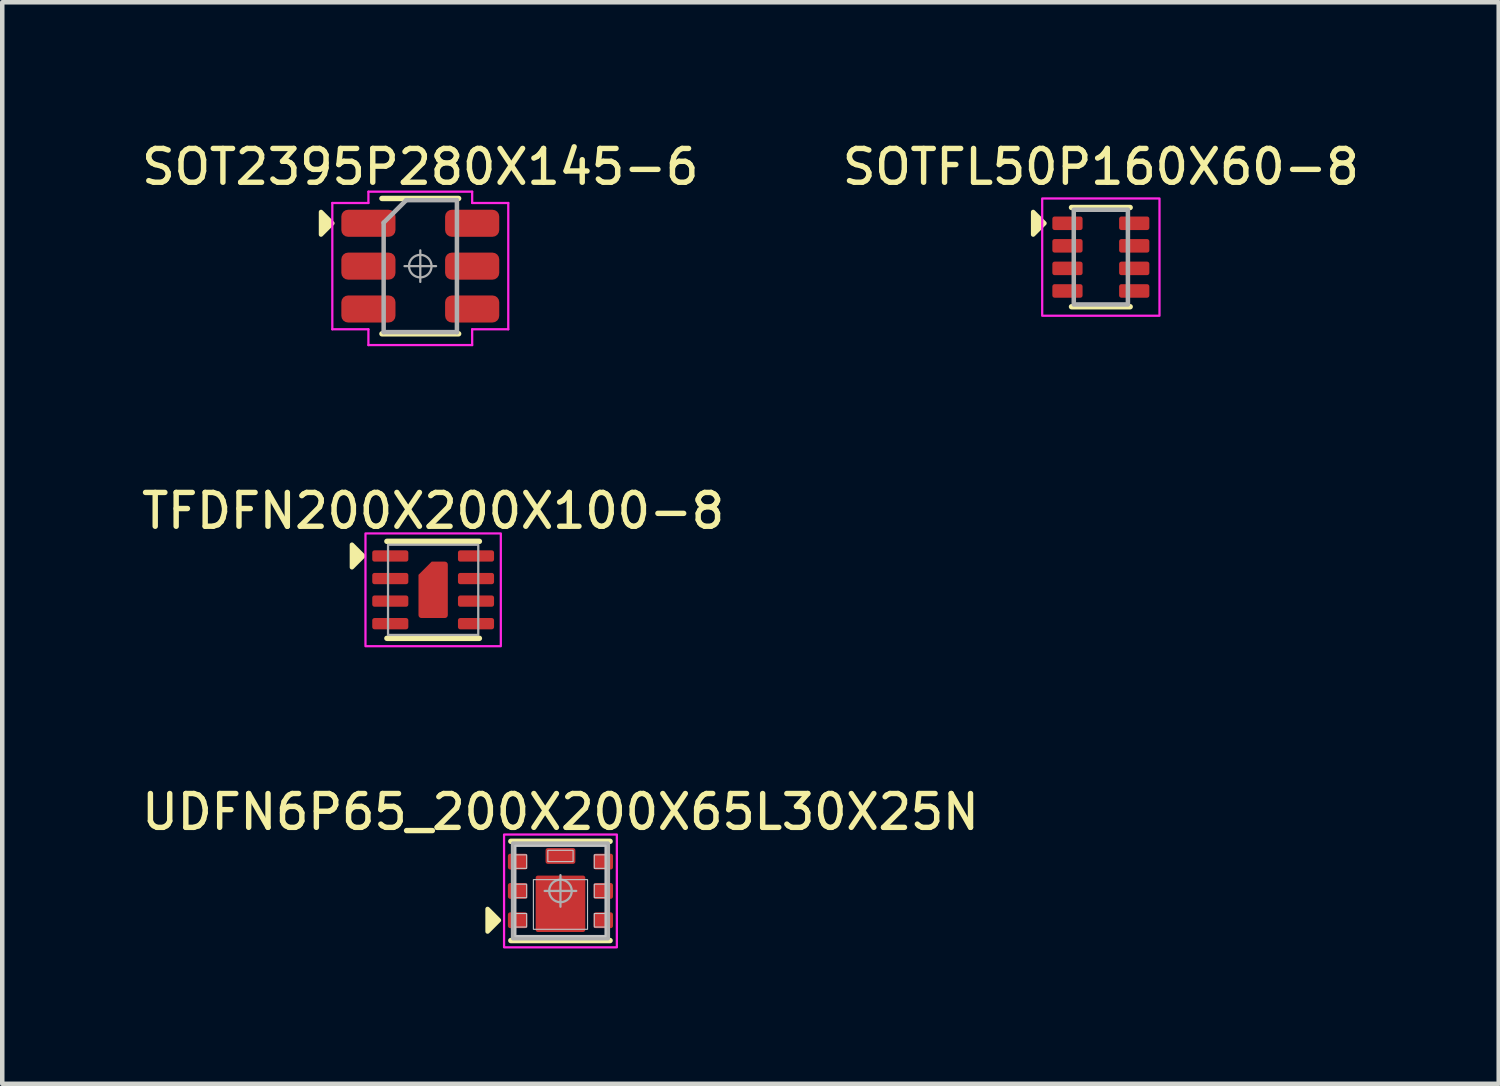
<source format=kicad_pcb>
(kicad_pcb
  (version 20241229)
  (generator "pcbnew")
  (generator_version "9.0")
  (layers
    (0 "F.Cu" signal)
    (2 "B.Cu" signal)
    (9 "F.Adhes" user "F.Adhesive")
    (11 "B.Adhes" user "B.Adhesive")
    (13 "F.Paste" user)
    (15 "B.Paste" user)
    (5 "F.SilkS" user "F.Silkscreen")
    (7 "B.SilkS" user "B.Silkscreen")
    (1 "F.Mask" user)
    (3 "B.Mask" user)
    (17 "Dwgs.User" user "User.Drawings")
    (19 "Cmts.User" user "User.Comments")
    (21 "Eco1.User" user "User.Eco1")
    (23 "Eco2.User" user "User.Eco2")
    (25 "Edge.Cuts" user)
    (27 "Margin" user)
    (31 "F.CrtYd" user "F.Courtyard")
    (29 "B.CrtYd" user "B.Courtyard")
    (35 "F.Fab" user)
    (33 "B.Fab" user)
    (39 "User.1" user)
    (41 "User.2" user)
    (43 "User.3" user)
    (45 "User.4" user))
  (footprint "UDFN6P65_200X200X65L30X25N"
    (layer "F.Cu")
    (at 9.373 16.698)
    (property "Reference" "UDFN6P65_200X200X65L30X25N" (at 0 -1.75 0) (unlocked yes) (layer "F.SilkS") (effects (font (size 0.75 0.75) (thickness 0.12))))
    (attr smd)
    (fp_line (start 1.1 -1.1) (end -1.1 -1.1) (stroke (width 0.12) (type default)) (layer "F.SilkS"))
    (fp_line (start 1.1 1.1) (end -1.1 1.1) (stroke (width 0.12) (type default)) (layer "F.SilkS"))
    (fp_poly (pts (xy -1.365 0.65) (xy -1.615 0.9) (xy -1.615 0.4)) (stroke (width 0.1) (type solid)) (fill yes) (layer "F.SilkS"))
    (fp_rect (start -1.065 -0.725) (end -0.835 -0.575) (stroke (width 0.1) (type solid)) (fill yes) (layer "F.Paste"))
    (fp_rect (start -1.065 -0.075) (end -0.835 0.075) (stroke (width 0.1) (type solid)) (fill yes) (layer "F.Paste"))
    (fp_rect (start -1.065 0.575) (end -0.835 0.725) (stroke (width 0.1) (type solid)) (fill yes) (layer "F.Paste"))
    (fp_rect (start -0.39 -0.19) (end 0.41 0.76) (stroke (width 0.1) (type solid)) (fill yes) (layer "F.Paste"))
    (fp_rect (start -0.23 -0.85) (end 0.23 -0.7) (stroke (width 0.1) (type solid)) (fill yes) (layer "F.Paste"))
    (fp_rect (start 0.835 -0.725) (end 1.065 -0.575) (stroke (width 0.1) (type solid)) (fill yes) (layer "F.Paste"))
    (fp_rect (start 0.835 -0.075) (end 1.065 0.075) (stroke (width 0.1) (type solid)) (fill yes) (layer "F.Paste"))
    (fp_rect (start 0.835 0.575) (end 1.065 0.725) (stroke (width 0.1) (type solid)) (fill yes) (layer "F.Paste"))
    (fp_rect (start -1 -1) (end 1 1) (stroke (width 0.05) (type default)) (fill no) (layer "Dwgs.User"))
    (fp_rect (start -1 -0.8) (end -0.75 -0.5) (stroke (width 0.025) (type default)) (fill no) (layer "Dwgs.User"))
    (fp_rect (start -1 -0.15) (end -0.75 0.15) (stroke (width 0.025) (type default)) (fill no) (layer "Dwgs.User"))
    (fp_rect (start -1 0.5) (end -0.75 0.8) (stroke (width 0.025) (type default)) (fill no) (layer "Dwgs.User"))
    (fp_rect (start -0.6 -0.25) (end 0.6 0.85) (stroke (width 0.025) (type default)) (fill no) (layer "Dwgs.User"))
    (fp_rect (start -0.28 -0.9) (end 0.28 -0.65) (stroke (width 0.025) (type default)) (fill no) (layer "Dwgs.User"))
    (fp_rect (start 0.75 -0.8) (end 1 -0.5) (stroke (width 0.025) (type default)) (fill no) (layer "Dwgs.User"))
    (fp_rect (start 0.75 -0.15) (end 1 0.15) (stroke (width 0.025) (type default)) (fill no) (layer "Dwgs.User"))
    (fp_rect (start 0.75 0.5) (end 1 0.8) (stroke (width 0.025) (type default)) (fill no) (layer "Dwgs.User"))
    (fp_rect (start -1.25 -1.25) (end 1.25 1.25) (stroke (width 0.05) (type default)) (fill no) (layer "F.CrtYd"))
    (fp_line (start 0 -0.35) (end 0 0.35) (stroke (width 0.05) (type solid)) (layer "F.Fab"))
    (fp_line (start 0.35 0) (end -0.35 0) (stroke (width 0.05) (type solid)) (layer "F.Fab"))
    (fp_rect (start -1.05 -1.05) (end 1.05 1.05) (stroke (width 0.1) (type default)) (fill no) (layer "F.Fab"))
    (fp_circle (center 0 0) (end 0 0.25) (stroke (width 0.05) (type solid)) (fill no) (layer "F.Fab"))
    (pad "1" smd roundrect (at -0.95 0.65) (size 0.43 0.35) (layers "F.Cu" "F.Mask") (roundrect_rratio 0.143))
    (pad "2" smd roundrect (at -0.95 0) (size 0.43 0.35) (layers "F.Cu" "F.Mask") (roundrect_rratio 0.143))
    (pad "3" smd roundrect (at -0.95 -0.65) (size 0.43 0.35) (layers "F.Cu" "F.Mask") (roundrect_rratio 0.143))
    (pad "4" smd roundrect (at 0.95 -0.65) (size 0.43 0.35) (layers "F.Cu" "F.Mask") (roundrect_rratio 0.143))
    (pad "5" smd roundrect (at 0.95 0) (size 0.43 0.35) (layers "F.Cu" "F.Mask") (roundrect_rratio 0.143))
    (pad "6" smd roundrect (at 0.95 0.65) (size 0.43 0.35) (layers "F.Cu" "F.Mask") (roundrect_rratio 0.143))
    (pad "7" smd roundrect (at 0 0.285) (size 1.1 1.25) (layers "F.Cu" "F.Mask") (roundrect_rratio 0.045))
    (pad "8" smd roundrect (at 0 -0.775) (size 0.66 0.35) (layers "F.Cu" "F.Mask") (roundrect_rratio 0.143)))
  (footprint "SOT2395P280X145-6"
    (layer "F.Cu")
    (at 6.266 2.849)
    (property "Reference" "SOT2395P280X145-6" (at 0 -2.2 0) (layer "F.SilkS") (effects (font (size 0.75 0.75) (thickness 0.12))))
    (attr smd)
    (fp_line (start -0.85 -1.5) (end 0.85 -1.5) (stroke (width 0.12) (type solid)) (layer "F.SilkS"))
    (fp_line (start 0.85 1.5) (end -0.85 1.5) (stroke (width 0.12) (type solid)) (layer "F.SilkS"))
    (fp_poly (pts (xy -1.95 -0.95) (xy -2.2 -0.7) (xy -2.2 -1.2)) (stroke (width 0.1) (type solid)) (fill yes) (layer "F.SilkS"))
    (fp_line (start -1.95 -1.4) (end -1.95 1.4) (stroke (width 0.05) (type solid)) (layer "F.CrtYd"))
    (fp_line (start -1.95 1.4) (end -1.15 1.4) (stroke (width 0.05) (type solid)) (layer "F.CrtYd"))
    (fp_line (start -1.15 -1.65) (end -1.15 -1.4) (stroke (width 0.05) (type solid)) (layer "F.CrtYd"))
    (fp_line (start -1.15 -1.4) (end -1.95 -1.4) (stroke (width 0.05) (type solid)) (layer "F.CrtYd"))
    (fp_line (start -1.15 1.4) (end -1.15 1.75) (stroke (width 0.05) (type solid)) (layer "F.CrtYd"))
    (fp_line (start -1.15 1.75) (end 1.15 1.75) (stroke (width 0.05) (type solid)) (layer "F.CrtYd"))
    (fp_line (start 1.15 -1.65) (end -1.15 -1.65) (stroke (width 0.05) (type solid)) (layer "F.CrtYd"))
    (fp_line (start 1.15 -1.4) (end 1.15 -1.65) (stroke (width 0.05) (type solid)) (layer "F.CrtYd"))
    (fp_line (start 1.15 1.4) (end 1.95 1.4) (stroke (width 0.05) (type solid)) (layer "F.CrtYd"))
    (fp_line (start 1.15 1.75) (end 1.15 1.4) (stroke (width 0.05) (type solid)) (layer "F.CrtYd"))
    (fp_line (start 1.95 -1.4) (end 1.15 -1.4) (stroke (width 0.05) (type solid)) (layer "F.CrtYd"))
    (fp_line (start 1.95 -1.4) (end 1.95 1.4) (stroke (width 0.05) (type solid)) (layer "F.CrtYd"))
    (fp_line (start -0.812 -0.963) (end -0.312 -1.462) (stroke (width 0.1) (type solid)) (layer "F.Fab"))
    (fp_line (start -0.812 1.462) (end -0.812 -0.963) (stroke (width 0.1) (type solid)) (layer "F.Fab"))
    (fp_line (start -0.312 -1.462) (end 0.812 -1.462) (stroke (width 0.1) (type solid)) (layer "F.Fab"))
    (fp_line (start 0 -0.35) (end 0 0.35) (stroke (width 0.05) (type solid)) (layer "F.Fab"))
    (fp_line (start 0.35 0) (end -0.35 0) (stroke (width 0.05) (type solid)) (layer "F.Fab"))
    (fp_line (start 0.812 -1.462) (end 0.812 1.462) (stroke (width 0.1) (type solid)) (layer "F.Fab"))
    (fp_line (start 0.812 1.462) (end -0.812 1.462) (stroke (width 0.1) (type solid)) (layer "F.Fab"))
    (fp_circle (center 0 0) (end 0 0.25) (stroke (width 0.05) (type solid)) (fill no) (layer "F.Fab"))
    (pad "1" smd roundrect (at -1.15 -0.95) (size 1.2 0.6) (layers "F.Cu" "F.Mask" "F.Paste") (roundrect_rratio 0.25))
    (pad "2" smd roundrect (at -1.15 0) (size 1.2 0.6) (layers "F.Cu" "F.Mask" "F.Paste") (roundrect_rratio 0.25))
    (pad "3" smd roundrect (at -1.15 0.95) (size 1.2 0.6) (layers "F.Cu" "F.Mask" "F.Paste") (roundrect_rratio 0.25))
    (pad "4" smd roundrect (at 1.15 0.95) (size 1.2 0.6) (layers "F.Cu" "F.Mask" "F.Paste") (roundrect_rratio 0.25))
    (pad "5" smd roundrect (at 1.15 0) (size 1.2 0.6) (layers "F.Cu" "F.Mask" "F.Paste") (roundrect_rratio 0.25))
    (pad "6" smd roundrect (at 1.15 -0.95) (size 1.2 0.6) (layers "F.Cu" "F.Mask" "F.Paste") (roundrect_rratio 0.25)))
  (footprint "SOTFL50P160X60-8"
    (layer "F.Cu")
    (at 21.351 2.649)
    (property "Reference" "SOTFL50P160X60-8" (at 0 -2 0) (unlocked yes) (layer "F.SilkS") (effects (font (size 0.75 0.75) (thickness 0.12))))
    (attr smd)
    (fp_line (start -0.65 -1.1) (end 0.65 -1.1) (stroke (width 0.12) (type solid)) (layer "F.SilkS"))
    (fp_line (start -0.65 1.1) (end 0.65 1.1) (stroke (width 0.12) (type solid)) (layer "F.SilkS"))
    (fp_poly (pts (xy -1.25 -0.75) (xy -1.5 -0.5) (xy -1.5 -1)) (stroke (width 0.1) (type solid)) (fill yes) (layer "F.SilkS"))
    (fp_rect (start -1.3 -1.3) (end 1.3 1.3) (stroke (width 0.05) (type default)) (fill no) (layer "F.CrtYd"))
    (fp_rect (start -0.6 -1.05) (end 0.6 1.05) (stroke (width 0.1) (type solid)) (fill no) (layer "F.Fab"))
    (pad "1" smd roundrect (at -0.74 -0.75) (size 0.67 0.3) (layers "F.Cu" "F.Mask" "F.Paste") (roundrect_rratio 0.167))
    (pad "2" smd roundrect (at -0.74 -0.25) (size 0.67 0.3) (layers "F.Cu" "F.Mask" "F.Paste") (roundrect_rratio 0.167))
    (pad "3" smd roundrect (at -0.74 0.25) (size 0.67 0.3) (layers "F.Cu" "F.Mask" "F.Paste") (roundrect_rratio 0.167))
    (pad "4" smd roundrect (at -0.74 0.75) (size 0.67 0.3) (layers "F.Cu" "F.Mask" "F.Paste") (roundrect_rratio 0.167))
    (pad "5" smd roundrect (at 0.74 0.75) (size 0.67 0.3) (layers "F.Cu" "F.Mask" "F.Paste") (roundrect_rratio 0.167))
    (pad "6" smd roundrect (at 0.74 0.25) (size 0.67 0.3) (layers "F.Cu" "F.Mask" "F.Paste") (roundrect_rratio 0.167))
    (pad "7" smd roundrect (at 0.74 -0.25) (size 0.67 0.3) (layers "F.Cu" "F.Mask" "F.Paste") (roundrect_rratio 0.167))
    (pad "8" smd roundrect (at 0.74 -0.75) (size 0.67 0.3) (layers "F.Cu" "F.Mask" "F.Paste") (roundrect_rratio 0.167)))
  (footprint "TFDFN200X200X100-8"
    (layer "F.Cu")
    (at 6.551 10.024)
    (property "Reference" "TFDFN200X200X100-8" (at 0 -1.75 0) (unlocked yes) (layer "F.SilkS") (effects (font (size 0.75 0.75) (thickness 0.12))))
    (attr smd)
    (fp_line (start 1.025 -1.075) (end -1.025 -1.075) (stroke (width 0.12) (type solid)) (layer "F.SilkS"))
    (fp_line (start 1.025 1.075) (end -1.025 1.075) (stroke (width 0.12) (type solid)) (layer "F.SilkS"))
    (fp_poly (pts (xy -1.55 -0.75) (xy -1.8 -0.5) (xy -1.8 -1)) (stroke (width 0.1) (type solid)) (fill yes) (layer "F.SilkS"))
    (fp_rect (start -1.5 -1.25) (end 1.5 1.25) (stroke (width 0.05) (type default)) (fill no) (layer "F.CrtYd"))
    (fp_rect (start -1 -1) (end 1 1) (stroke (width 0.05) (type solid)) (fill no) (layer "F.Fab"))
    (pad "1" smd roundrect (at -0.95 -0.75) (size 0.8 0.25) (layers "F.Cu" "F.Mask" "F.Paste") (roundrect_rratio 0.2))
    (pad "2" smd roundrect (at -0.95 -0.25) (size 0.8 0.25) (layers "F.Cu" "F.Mask" "F.Paste") (roundrect_rratio 0.2))
    (pad "3" smd roundrect (at -0.95 0.25) (size 0.8 0.25) (layers "F.Cu" "F.Mask" "F.Paste") (roundrect_rratio 0.2))
    (pad "4" smd roundrect (at -0.95 0.75) (size 0.8 0.25) (layers "F.Cu" "F.Mask" "F.Paste") (roundrect_rratio 0.2))
    (pad "5" smd roundrect (at 0.95 0.75) (size 0.8 0.25) (layers "F.Cu" "F.Mask" "F.Paste") (roundrect_rratio 0.2))
    (pad "6" smd roundrect (at 0.95 0.25) (size 0.8 0.25) (layers "F.Cu" "F.Mask" "F.Paste") (roundrect_rratio 0.2))
    (pad "7" smd roundrect (at 0.95 -0.25) (size 0.8 0.25) (layers "F.Cu" "F.Mask" "F.Paste") (roundrect_rratio 0.2))
    (pad "8" smd roundrect (at 0.95 -0.75) (size 0.8 0.25) (layers "F.Cu" "F.Mask" "F.Paste") (roundrect_rratio 0.2))
    (pad "9" smd roundrect (at 0 0) (size 0.65 1.25) (layers "F.Cu" "F.Mask" "F.Paste") (roundrect_rratio 0.1) (chamfer_ratio 0.45) (chamfer top_left)))
  (gr_rect
    (start -3 -3)
    (end 30.17 20.973)
    (stroke (width 0.1) (type default))
    (fill no)
    (layer "Edge.Cuts")))
</source>
